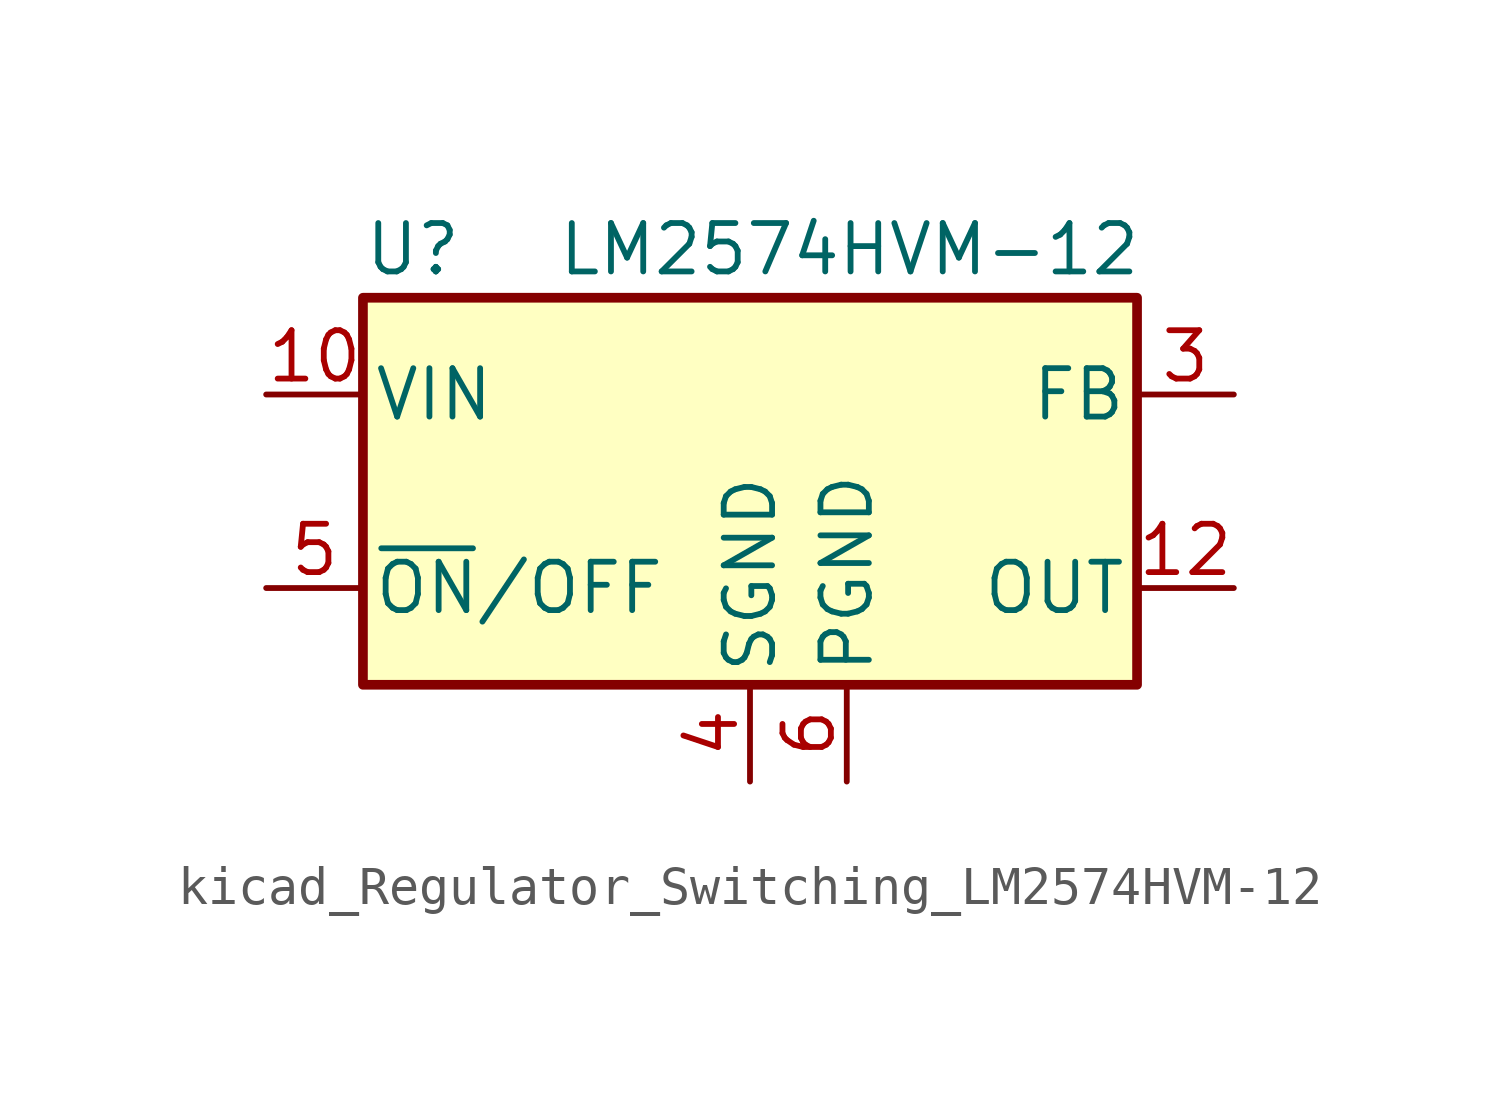
<source format=kicad_sym>
(kicad_symbol_lib
  (version 20220914)
  (generator kicad_symbol_editor)
  (symbol "kicad_Regulator_Switching_LM2574HVM-12"
    (pin_names
      (offset 0.254))
    (property "Reference" "U"
      (at -10.16 6.35 0)
      (effects (font (size 1.27 1.27)) (justify left)))
    (property "Value" "LM2574HVM-12"
      (at -5.08 6.35 0)
      (effects (font (size 1.27 1.27)) (justify left)))
    (symbol "kicad_Regulator_Switching_LM2574HVM-12_0_1"
      (rectangle (start -10.16 5.08) (end 10.16 -5.08) (stroke (width 0.254) (type default)) (fill (type background))))
    (symbol "kicad_Regulator_Switching_LM2574HVM-12_1_1"
      (pin power_in line (at -12.7 2.54 0) (length 2.54) (name "VIN" (effects (font (size 1.27 1.27)))) (number "10" (effects (font (size 1.27 1.27)))))
      (pin output line (at 12.7 -2.54 180) (length 2.54) (name "OUT" (effects (font (size 1.27 1.27)))) (number "12" (effects (font (size 1.27 1.27)))))
      (pin input line (at 12.7 2.54 180) (length 2.54) (name "FB" (effects (font (size 1.27 1.27)))) (number "3" (effects (font (size 1.27 1.27)))))
      (pin power_in line (at 0 -7.62 90) (length 2.54) (name "SGND" (effects (font (size 1.27 1.27)))) (number "4" (effects (font (size 1.27 1.27)))))
      (pin input line (at -12.7 -2.54 0) (length 2.54) (name "~{ON}/OFF" (effects (font (size 1.27 1.27)))) (number "5" (effects (font (size 1.27 1.27)))))
      (pin power_in line (at 2.54 -7.62 90) (length 2.54) (name "PGND" (effects (font (size 1.27 1.27)))) (number "6" (effects (font (size 1.27 1.27))))))))
</source>
